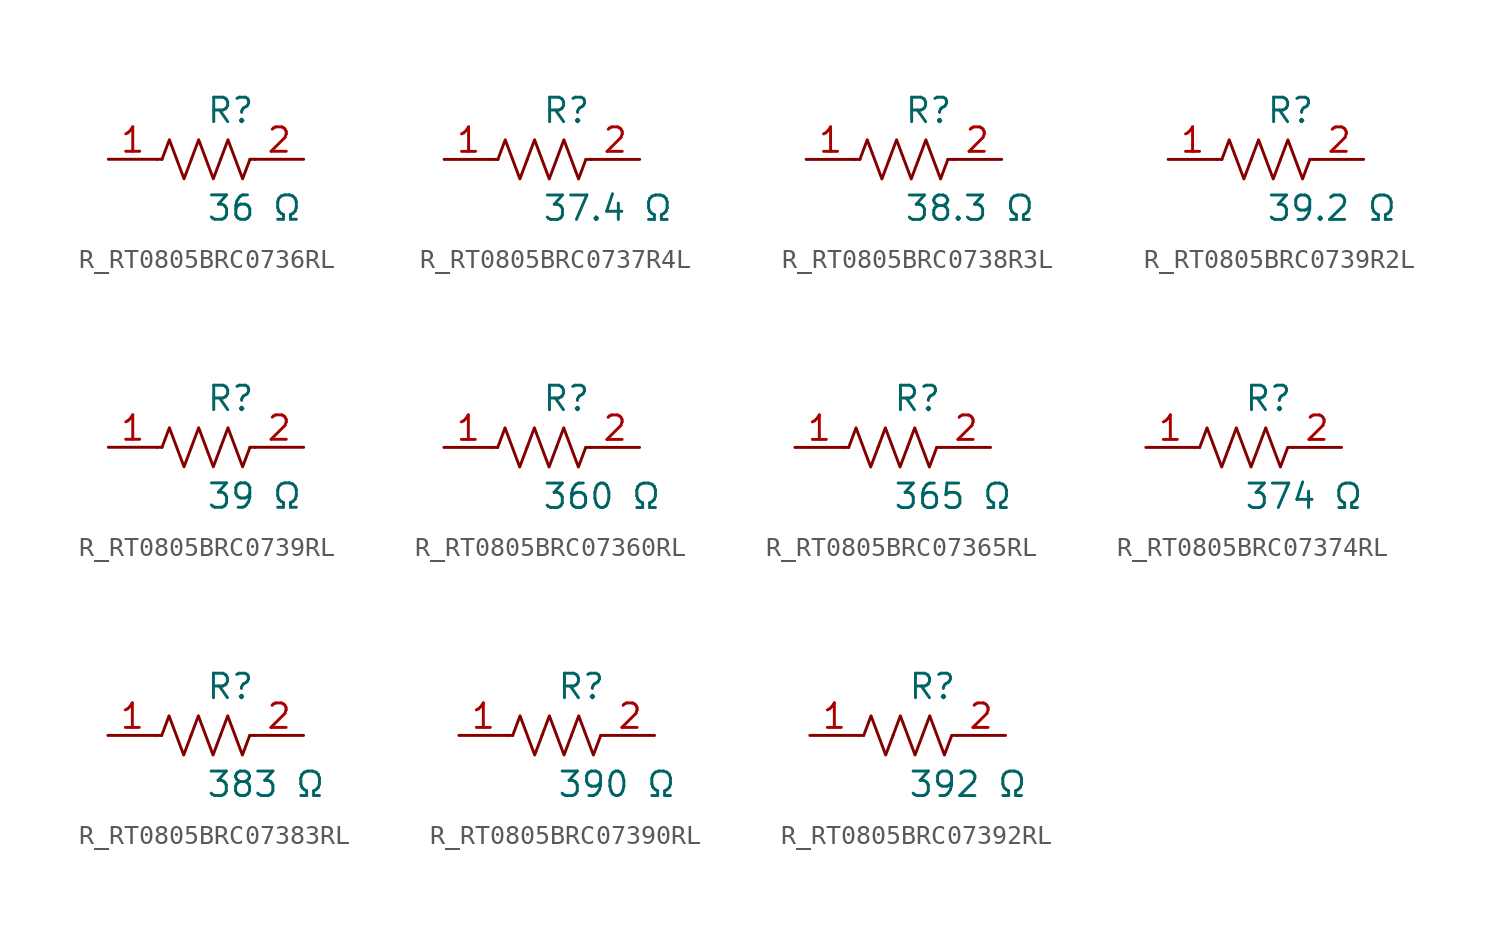
<source format=kicad_sym>
(kicad_symbol_lib
  (version 20231120)
  (generator kicad_symbol_editor)
  (generator_version 8.0)
  (symbol "R_RT0805BRC0736RL"
    (pin_names
      (offset 0.254))
    (property "Reference" "R"
      (at 0.0 2.54 0)
      (effects (font (size 1.27 1.27)) (justify left)))
    (property "Value" "36 Ω"
      (at 0.0 -2.54 0)
      (effects (font (size 1.27 1.27)) (justify left)))
    (symbol "R_RT0805BRC0736RL_0_1"
      (polyline (pts (xy 2.286 0) (xy 2.54 0)) (stroke (width 0) (type default)) (fill (type none)))
      (polyline (pts (xy -2.286 0) (xy -2.54 0)) (stroke (width 0) (type default)) (fill (type none)))
      (polyline (pts (xy 0.762 0) (xy 1.143 1.016) (xy 1.524 0) (xy 1.905 -1.016) (xy 2.286 0)) (stroke (width 0) (type default)) (fill (type none)))
      (polyline (pts (xy -0.762 0) (xy -0.381 1.016) (xy 0 0) (xy 0.381 -1.016) (xy 0.762 0)) (stroke (width 0) (type default)) (fill (type none)))
      (polyline (pts (xy -2.286 0) (xy -1.905 1.016) (xy -1.524 0) (xy -1.143 -1.016) (xy -0.762 0)) (stroke (width 0) (type default)) (fill (type none))))
    (pin unspecified line
      (at -5.08 0 0)
      (length 2.54)
      (name "" (effects (font (size 1.27 1.27))))
      (number "1" (effects (font (size 1.27 1.27)))))
    (pin unspecified line
      (at 5.08 0 180)
      (length 2.54)
      (name "" (effects (font (size 1.27 1.27))))
      (number "2" (effects (font (size 1.27 1.27))))))
  (symbol "R_RT0805BRC0737R4L"
    (pin_names
      (offset 0.254))
    (property "Reference" "R"
      (at 0.0 2.54 0)
      (effects (font (size 1.27 1.27)) (justify left)))
    (property "Value" "37.4 Ω"
      (at 0.0 -2.54 0)
      (effects (font (size 1.27 1.27)) (justify left)))
    (symbol "R_RT0805BRC0737R4L_0_1"
      (polyline (pts (xy 2.286 0) (xy 2.54 0)) (stroke (width 0) (type default)) (fill (type none)))
      (polyline (pts (xy -2.286 0) (xy -2.54 0)) (stroke (width 0) (type default)) (fill (type none)))
      (polyline (pts (xy 0.762 0) (xy 1.143 1.016) (xy 1.524 0) (xy 1.905 -1.016) (xy 2.286 0)) (stroke (width 0) (type default)) (fill (type none)))
      (polyline (pts (xy -0.762 0) (xy -0.381 1.016) (xy 0 0) (xy 0.381 -1.016) (xy 0.762 0)) (stroke (width 0) (type default)) (fill (type none)))
      (polyline (pts (xy -2.286 0) (xy -1.905 1.016) (xy -1.524 0) (xy -1.143 -1.016) (xy -0.762 0)) (stroke (width 0) (type default)) (fill (type none))))
    (pin unspecified line
      (at -5.08 0 0)
      (length 2.54)
      (name "" (effects (font (size 1.27 1.27))))
      (number "1" (effects (font (size 1.27 1.27)))))
    (pin unspecified line
      (at 5.08 0 180)
      (length 2.54)
      (name "" (effects (font (size 1.27 1.27))))
      (number "2" (effects (font (size 1.27 1.27))))))
  (symbol "R_RT0805BRC0738R3L"
    (pin_names
      (offset 0.254))
    (property "Reference" "R"
      (at 0.0 2.54 0)
      (effects (font (size 1.27 1.27)) (justify left)))
    (property "Value" "38.3 Ω"
      (at 0.0 -2.54 0)
      (effects (font (size 1.27 1.27)) (justify left)))
    (symbol "R_RT0805BRC0738R3L_0_1"
      (polyline (pts (xy 2.286 0) (xy 2.54 0)) (stroke (width 0) (type default)) (fill (type none)))
      (polyline (pts (xy -2.286 0) (xy -2.54 0)) (stroke (width 0) (type default)) (fill (type none)))
      (polyline (pts (xy 0.762 0) (xy 1.143 1.016) (xy 1.524 0) (xy 1.905 -1.016) (xy 2.286 0)) (stroke (width 0) (type default)) (fill (type none)))
      (polyline (pts (xy -0.762 0) (xy -0.381 1.016) (xy 0 0) (xy 0.381 -1.016) (xy 0.762 0)) (stroke (width 0) (type default)) (fill (type none)))
      (polyline (pts (xy -2.286 0) (xy -1.905 1.016) (xy -1.524 0) (xy -1.143 -1.016) (xy -0.762 0)) (stroke (width 0) (type default)) (fill (type none))))
    (pin unspecified line
      (at -5.08 0 0)
      (length 2.54)
      (name "" (effects (font (size 1.27 1.27))))
      (number "1" (effects (font (size 1.27 1.27)))))
    (pin unspecified line
      (at 5.08 0 180)
      (length 2.54)
      (name "" (effects (font (size 1.27 1.27))))
      (number "2" (effects (font (size 1.27 1.27))))))
  (symbol "R_RT0805BRC0739R2L"
    (pin_names
      (offset 0.254))
    (property "Reference" "R"
      (at 0.0 2.54 0)
      (effects (font (size 1.27 1.27)) (justify left)))
    (property "Value" "39.2 Ω"
      (at 0.0 -2.54 0)
      (effects (font (size 1.27 1.27)) (justify left)))
    (symbol "R_RT0805BRC0739R2L_0_1"
      (polyline (pts (xy 2.286 0) (xy 2.54 0)) (stroke (width 0) (type default)) (fill (type none)))
      (polyline (pts (xy -2.286 0) (xy -2.54 0)) (stroke (width 0) (type default)) (fill (type none)))
      (polyline (pts (xy 0.762 0) (xy 1.143 1.016) (xy 1.524 0) (xy 1.905 -1.016) (xy 2.286 0)) (stroke (width 0) (type default)) (fill (type none)))
      (polyline (pts (xy -0.762 0) (xy -0.381 1.016) (xy 0 0) (xy 0.381 -1.016) (xy 0.762 0)) (stroke (width 0) (type default)) (fill (type none)))
      (polyline (pts (xy -2.286 0) (xy -1.905 1.016) (xy -1.524 0) (xy -1.143 -1.016) (xy -0.762 0)) (stroke (width 0) (type default)) (fill (type none))))
    (pin unspecified line
      (at -5.08 0 0)
      (length 2.54)
      (name "" (effects (font (size 1.27 1.27))))
      (number "1" (effects (font (size 1.27 1.27)))))
    (pin unspecified line
      (at 5.08 0 180)
      (length 2.54)
      (name "" (effects (font (size 1.27 1.27))))
      (number "2" (effects (font (size 1.27 1.27))))))
  (symbol "R_RT0805BRC0739RL"
    (pin_names
      (offset 0.254))
    (property "Reference" "R"
      (at 0.0 2.54 0)
      (effects (font (size 1.27 1.27)) (justify left)))
    (property "Value" "39 Ω"
      (at 0.0 -2.54 0)
      (effects (font (size 1.27 1.27)) (justify left)))
    (symbol "R_RT0805BRC0739RL_0_1"
      (polyline (pts (xy 2.286 0) (xy 2.54 0)) (stroke (width 0) (type default)) (fill (type none)))
      (polyline (pts (xy -2.286 0) (xy -2.54 0)) (stroke (width 0) (type default)) (fill (type none)))
      (polyline (pts (xy 0.762 0) (xy 1.143 1.016) (xy 1.524 0) (xy 1.905 -1.016) (xy 2.286 0)) (stroke (width 0) (type default)) (fill (type none)))
      (polyline (pts (xy -0.762 0) (xy -0.381 1.016) (xy 0 0) (xy 0.381 -1.016) (xy 0.762 0)) (stroke (width 0) (type default)) (fill (type none)))
      (polyline (pts (xy -2.286 0) (xy -1.905 1.016) (xy -1.524 0) (xy -1.143 -1.016) (xy -0.762 0)) (stroke (width 0) (type default)) (fill (type none))))
    (pin unspecified line
      (at -5.08 0 0)
      (length 2.54)
      (name "" (effects (font (size 1.27 1.27))))
      (number "1" (effects (font (size 1.27 1.27)))))
    (pin unspecified line
      (at 5.08 0 180)
      (length 2.54)
      (name "" (effects (font (size 1.27 1.27))))
      (number "2" (effects (font (size 1.27 1.27))))))
  (symbol "R_RT0805BRC07360RL"
    (pin_names
      (offset 0.254))
    (property "Reference" "R"
      (at 0.0 2.54 0)
      (effects (font (size 1.27 1.27)) (justify left)))
    (property "Value" "360 Ω"
      (at 0.0 -2.54 0)
      (effects (font (size 1.27 1.27)) (justify left)))
    (symbol "R_RT0805BRC07360RL_0_1"
      (polyline (pts (xy 2.286 0) (xy 2.54 0)) (stroke (width 0) (type default)) (fill (type none)))
      (polyline (pts (xy -2.286 0) (xy -2.54 0)) (stroke (width 0) (type default)) (fill (type none)))
      (polyline (pts (xy 0.762 0) (xy 1.143 1.016) (xy 1.524 0) (xy 1.905 -1.016) (xy 2.286 0)) (stroke (width 0) (type default)) (fill (type none)))
      (polyline (pts (xy -0.762 0) (xy -0.381 1.016) (xy 0 0) (xy 0.381 -1.016) (xy 0.762 0)) (stroke (width 0) (type default)) (fill (type none)))
      (polyline (pts (xy -2.286 0) (xy -1.905 1.016) (xy -1.524 0) (xy -1.143 -1.016) (xy -0.762 0)) (stroke (width 0) (type default)) (fill (type none))))
    (pin unspecified line
      (at -5.08 0 0)
      (length 2.54)
      (name "" (effects (font (size 1.27 1.27))))
      (number "1" (effects (font (size 1.27 1.27)))))
    (pin unspecified line
      (at 5.08 0 180)
      (length 2.54)
      (name "" (effects (font (size 1.27 1.27))))
      (number "2" (effects (font (size 1.27 1.27))))))
  (symbol "R_RT0805BRC07365RL"
    (pin_names
      (offset 0.254))
    (property "Reference" "R"
      (at 0.0 2.54 0)
      (effects (font (size 1.27 1.27)) (justify left)))
    (property "Value" "365 Ω"
      (at 0.0 -2.54 0)
      (effects (font (size 1.27 1.27)) (justify left)))
    (symbol "R_RT0805BRC07365RL_0_1"
      (polyline (pts (xy 2.286 0) (xy 2.54 0)) (stroke (width 0) (type default)) (fill (type none)))
      (polyline (pts (xy -2.286 0) (xy -2.54 0)) (stroke (width 0) (type default)) (fill (type none)))
      (polyline (pts (xy 0.762 0) (xy 1.143 1.016) (xy 1.524 0) (xy 1.905 -1.016) (xy 2.286 0)) (stroke (width 0) (type default)) (fill (type none)))
      (polyline (pts (xy -0.762 0) (xy -0.381 1.016) (xy 0 0) (xy 0.381 -1.016) (xy 0.762 0)) (stroke (width 0) (type default)) (fill (type none)))
      (polyline (pts (xy -2.286 0) (xy -1.905 1.016) (xy -1.524 0) (xy -1.143 -1.016) (xy -0.762 0)) (stroke (width 0) (type default)) (fill (type none))))
    (pin unspecified line
      (at -5.08 0 0)
      (length 2.54)
      (name "" (effects (font (size 1.27 1.27))))
      (number "1" (effects (font (size 1.27 1.27)))))
    (pin unspecified line
      (at 5.08 0 180)
      (length 2.54)
      (name "" (effects (font (size 1.27 1.27))))
      (number "2" (effects (font (size 1.27 1.27))))))
  (symbol "R_RT0805BRC07374RL"
    (pin_names
      (offset 0.254))
    (property "Reference" "R"
      (at 0.0 2.54 0)
      (effects (font (size 1.27 1.27)) (justify left)))
    (property "Value" "374 Ω"
      (at 0.0 -2.54 0)
      (effects (font (size 1.27 1.27)) (justify left)))
    (symbol "R_RT0805BRC07374RL_0_1"
      (polyline (pts (xy 2.286 0) (xy 2.54 0)) (stroke (width 0) (type default)) (fill (type none)))
      (polyline (pts (xy -2.286 0) (xy -2.54 0)) (stroke (width 0) (type default)) (fill (type none)))
      (polyline (pts (xy 0.762 0) (xy 1.143 1.016) (xy 1.524 0) (xy 1.905 -1.016) (xy 2.286 0)) (stroke (width 0) (type default)) (fill (type none)))
      (polyline (pts (xy -0.762 0) (xy -0.381 1.016) (xy 0 0) (xy 0.381 -1.016) (xy 0.762 0)) (stroke (width 0) (type default)) (fill (type none)))
      (polyline (pts (xy -2.286 0) (xy -1.905 1.016) (xy -1.524 0) (xy -1.143 -1.016) (xy -0.762 0)) (stroke (width 0) (type default)) (fill (type none))))
    (pin unspecified line
      (at -5.08 0 0)
      (length 2.54)
      (name "" (effects (font (size 1.27 1.27))))
      (number "1" (effects (font (size 1.27 1.27)))))
    (pin unspecified line
      (at 5.08 0 180)
      (length 2.54)
      (name "" (effects (font (size 1.27 1.27))))
      (number "2" (effects (font (size 1.27 1.27))))))
  (symbol "R_RT0805BRC07383RL"
    (pin_names
      (offset 0.254))
    (property "Reference" "R"
      (at 0.0 2.54 0)
      (effects (font (size 1.27 1.27)) (justify left)))
    (property "Value" "383 Ω"
      (at 0.0 -2.54 0)
      (effects (font (size 1.27 1.27)) (justify left)))
    (symbol "R_RT0805BRC07383RL_0_1"
      (polyline (pts (xy 2.286 0) (xy 2.54 0)) (stroke (width 0) (type default)) (fill (type none)))
      (polyline (pts (xy -2.286 0) (xy -2.54 0)) (stroke (width 0) (type default)) (fill (type none)))
      (polyline (pts (xy 0.762 0) (xy 1.143 1.016) (xy 1.524 0) (xy 1.905 -1.016) (xy 2.286 0)) (stroke (width 0) (type default)) (fill (type none)))
      (polyline (pts (xy -0.762 0) (xy -0.381 1.016) (xy 0 0) (xy 0.381 -1.016) (xy 0.762 0)) (stroke (width 0) (type default)) (fill (type none)))
      (polyline (pts (xy -2.286 0) (xy -1.905 1.016) (xy -1.524 0) (xy -1.143 -1.016) (xy -0.762 0)) (stroke (width 0) (type default)) (fill (type none))))
    (pin unspecified line
      (at -5.08 0 0)
      (length 2.54)
      (name "" (effects (font (size 1.27 1.27))))
      (number "1" (effects (font (size 1.27 1.27)))))
    (pin unspecified line
      (at 5.08 0 180)
      (length 2.54)
      (name "" (effects (font (size 1.27 1.27))))
      (number "2" (effects (font (size 1.27 1.27))))))
  (symbol "R_RT0805BRC07390RL"
    (pin_names
      (offset 0.254))
    (property "Reference" "R"
      (at 0.0 2.54 0)
      (effects (font (size 1.27 1.27)) (justify left)))
    (property "Value" "390 Ω"
      (at 0.0 -2.54 0)
      (effects (font (size 1.27 1.27)) (justify left)))
    (symbol "R_RT0805BRC07390RL_0_1"
      (polyline (pts (xy 2.286 0) (xy 2.54 0)) (stroke (width 0) (type default)) (fill (type none)))
      (polyline (pts (xy -2.286 0) (xy -2.54 0)) (stroke (width 0) (type default)) (fill (type none)))
      (polyline (pts (xy 0.762 0) (xy 1.143 1.016) (xy 1.524 0) (xy 1.905 -1.016) (xy 2.286 0)) (stroke (width 0) (type default)) (fill (type none)))
      (polyline (pts (xy -0.762 0) (xy -0.381 1.016) (xy 0 0) (xy 0.381 -1.016) (xy 0.762 0)) (stroke (width 0) (type default)) (fill (type none)))
      (polyline (pts (xy -2.286 0) (xy -1.905 1.016) (xy -1.524 0) (xy -1.143 -1.016) (xy -0.762 0)) (stroke (width 0) (type default)) (fill (type none))))
    (pin unspecified line
      (at -5.08 0 0)
      (length 2.54)
      (name "" (effects (font (size 1.27 1.27))))
      (number "1" (effects (font (size 1.27 1.27)))))
    (pin unspecified line
      (at 5.08 0 180)
      (length 2.54)
      (name "" (effects (font (size 1.27 1.27))))
      (number "2" (effects (font (size 1.27 1.27))))))
  (symbol "R_RT0805BRC07392RL"
    (pin_names
      (offset 0.254))
    (property "Reference" "R"
      (at 0.0 2.54 0)
      (effects (font (size 1.27 1.27)) (justify left)))
    (property "Value" "392 Ω"
      (at 0.0 -2.54 0)
      (effects (font (size 1.27 1.27)) (justify left)))
    (symbol "R_RT0805BRC07392RL_0_1"
      (polyline (pts (xy 2.286 0) (xy 2.54 0)) (stroke (width 0) (type default)) (fill (type none)))
      (polyline (pts (xy -2.286 0) (xy -2.54 0)) (stroke (width 0) (type default)) (fill (type none)))
      (polyline (pts (xy 0.762 0) (xy 1.143 1.016) (xy 1.524 0) (xy 1.905 -1.016) (xy 2.286 0)) (stroke (width 0) (type default)) (fill (type none)))
      (polyline (pts (xy -0.762 0) (xy -0.381 1.016) (xy 0 0) (xy 0.381 -1.016) (xy 0.762 0)) (stroke (width 0) (type default)) (fill (type none)))
      (polyline (pts (xy -2.286 0) (xy -1.905 1.016) (xy -1.524 0) (xy -1.143 -1.016) (xy -0.762 0)) (stroke (width 0) (type default)) (fill (type none))))
    (pin unspecified line
      (at -5.08 0 0)
      (length 2.54)
      (name "" (effects (font (size 1.27 1.27))))
      (number "1" (effects (font (size 1.27 1.27)))))
    (pin unspecified line
      (at 5.08 0 180)
      (length 2.54)
      (name "" (effects (font (size 1.27 1.27))))
      (number "2" (effects (font (size 1.27 1.27)))))))
</source>
